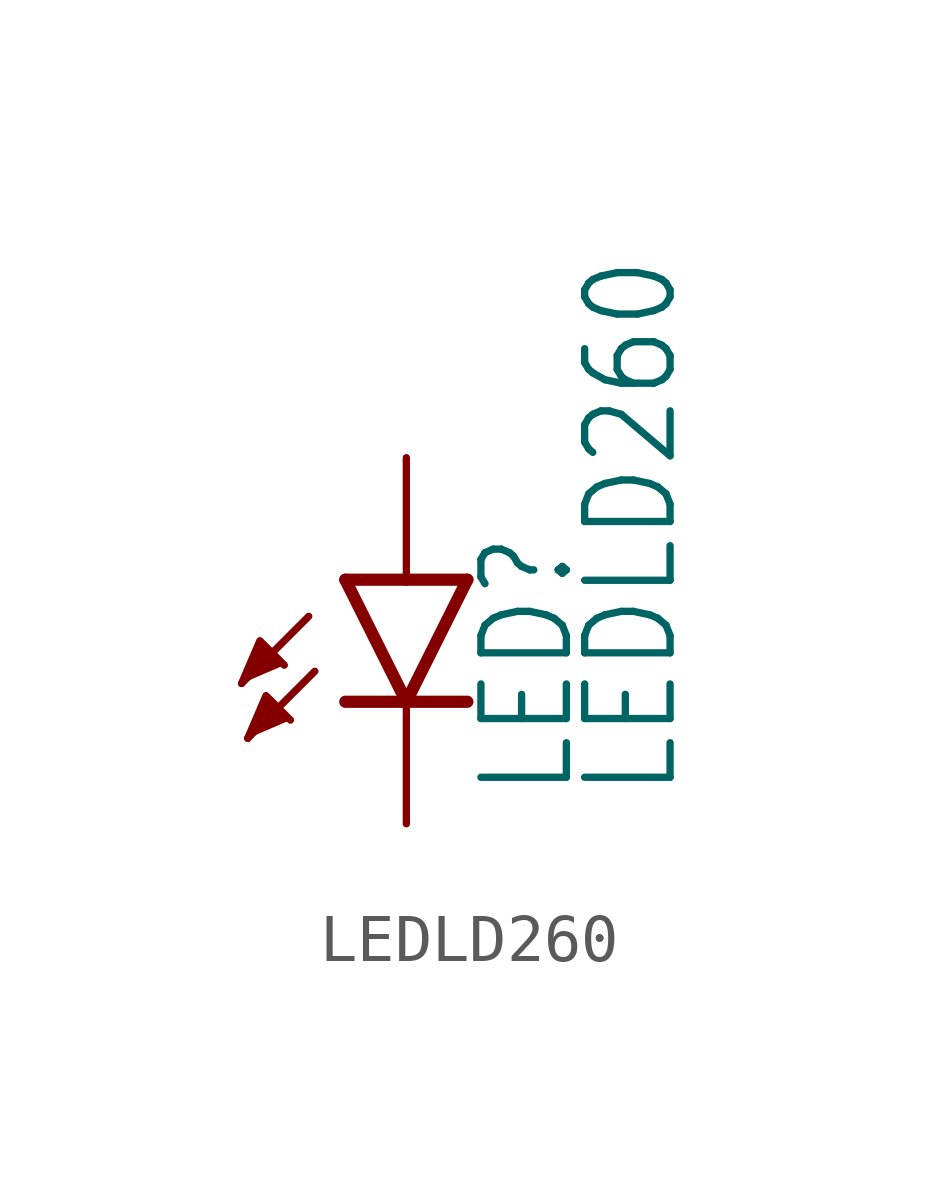
<source format=kicad_sym>
(kicad_symbol_lib
  (version 20211014)
  (generator kicad_symbol_editor)
  (symbol "LEDLD260"
    (property "Reference" "LED"
      (at 3.556 -4.572 90)
      (effects (font (size 1.778 1.511)) (justify left bottom)))
    (property "Value" "LEDLD260"
      (at 5.715 -4.572 90)
      (effects (font (size 1.778 1.511)) (justify left bottom)))
    (property "ki_locked" ""
      (at 0 0 0)
      (effects (font (size 1.27 1.27))))
    (symbol "LEDLD260_1_0"
      (polyline (pts (xy -2.032 -0.762) (xy -3.429 -2.159)) (stroke (width 0.152) (type default)) (fill (type none)))
      (polyline (pts (xy -1.905 -1.905) (xy -3.302 -3.302)) (stroke (width 0.152) (type default)) (fill (type none)))
      (polyline (pts (xy 0 -2.54) (xy -1.27 -2.54)) (stroke (width 0.254) (type default)) (fill (type none)))
      (polyline (pts (xy 0 -2.54) (xy -1.27 0)) (stroke (width 0.254) (type default)) (fill (type none)))
      (polyline (pts (xy 0 0) (xy -1.27 0)) (stroke (width 0.254) (type default)) (fill (type none)))
      (polyline (pts (xy 1.27 -2.54) (xy 0 -2.54)) (stroke (width 0.254) (type default)) (fill (type none)))
      (polyline (pts (xy 1.27 0) (xy 0 -2.54)) (stroke (width 0.254) (type default)) (fill (type none)))
      (polyline (pts (xy 1.27 0) (xy 0 0)) (stroke (width 0.254) (type default)) (fill (type none)))
      (polyline (pts (xy -3.429 -2.159) (xy -3.048 -1.27) (xy -2.54 -1.778)) (stroke (width 0) (type default)) (fill (type outline)))
      (polyline (pts (xy -3.302 -3.302) (xy -2.921 -2.413) (xy -2.413 -2.921)) (stroke (width 0) (type default)) (fill (type outline)))
      (pin passive line (at 0 2.54 270) (length 2.54) (name "A" (effects (font (size 0 0)))) (number "A" (effects (font (size 0 0)))))
      (pin passive line (at 0 -5.08 90) (length 2.54) (name "C" (effects (font (size 0 0)))) (number "K" (effects (font (size 0 0))))))))
</source>
